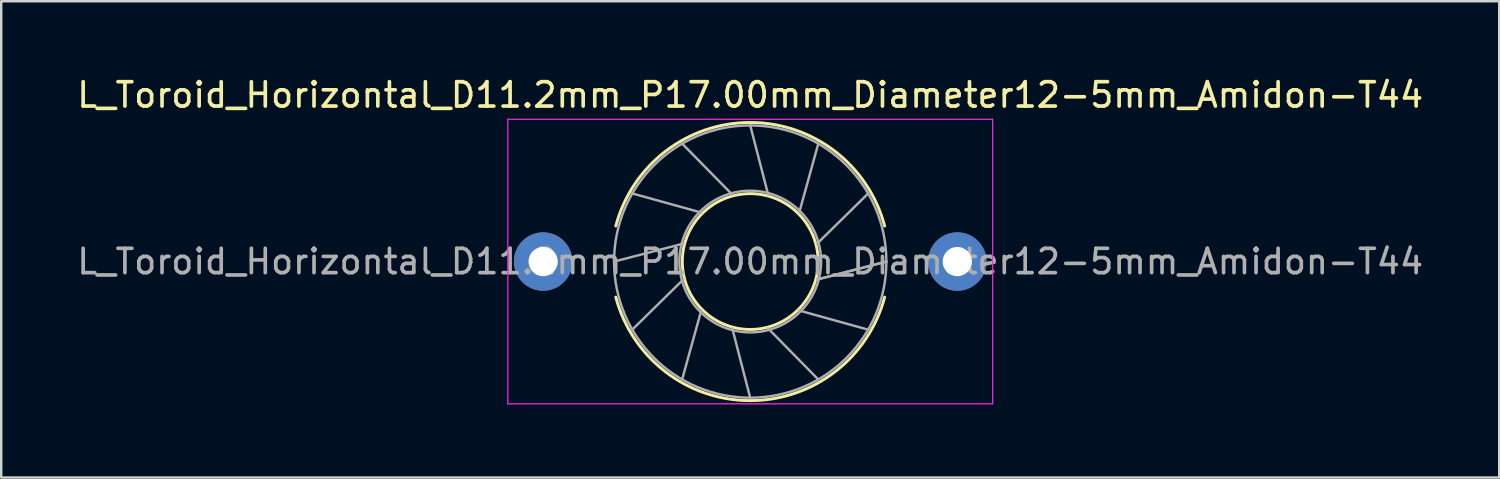
<source format=kicad_pcb>
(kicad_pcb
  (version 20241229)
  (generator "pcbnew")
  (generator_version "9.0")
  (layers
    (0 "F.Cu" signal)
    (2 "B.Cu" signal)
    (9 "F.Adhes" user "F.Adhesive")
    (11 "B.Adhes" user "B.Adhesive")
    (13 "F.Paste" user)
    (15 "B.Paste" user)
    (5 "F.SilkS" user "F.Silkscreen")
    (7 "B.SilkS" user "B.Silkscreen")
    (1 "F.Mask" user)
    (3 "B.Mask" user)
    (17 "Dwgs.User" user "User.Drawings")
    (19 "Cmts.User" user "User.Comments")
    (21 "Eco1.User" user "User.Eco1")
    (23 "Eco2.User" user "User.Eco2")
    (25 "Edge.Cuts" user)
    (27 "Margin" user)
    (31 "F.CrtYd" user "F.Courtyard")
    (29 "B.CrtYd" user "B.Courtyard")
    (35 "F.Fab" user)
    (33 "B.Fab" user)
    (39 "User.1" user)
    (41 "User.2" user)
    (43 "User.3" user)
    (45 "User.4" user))
  (footprint "L_Toroid_Horizontal_D11.2mm_P17.00mm_Diameter12-5mm_Amidon-T44"
    (layer "F.Cu")
    (at 19.244 7.686)
    (property "Reference" "L_Toroid_Horizontal_D11.2mm_P17.00mm_Diameter12-5mm_Amidon-T44" (at 8.5 -6.838 0) (layer "F.SilkS") (effects (font (size 1 1) (thickness 0.15))))
    (attr through_hole)
    (fp_arc (start 2.981879 -1.46) (mid 8.5 -5.708) (end 14.018121 -1.46) (stroke (width 0.12) (type solid)) (layer "F.SilkS"))
    (fp_arc (start 14.018121 1.46) (mid 8.5 5.708) (end 2.981879 1.46) (stroke (width 0.12) (type solid)) (layer "F.SilkS"))
    (fp_circle (center 8.5 0) (end 11.288 0) (stroke (width 0.12) (type solid)) (fill no) (layer "F.SilkS"))
    (fp_line (start -1.45 -5.84) (end -1.45 5.84) (stroke (width 0.05) (type solid)) (layer "F.CrtYd"))
    (fp_line (start -1.45 5.84) (end 18.45 5.84) (stroke (width 0.05) (type solid)) (layer "F.CrtYd"))
    (fp_line (start 18.45 -5.84) (end -1.45 -5.84) (stroke (width 0.05) (type solid)) (layer "F.CrtYd"))
    (fp_line (start 18.45 5.84) (end 18.45 -5.84) (stroke (width 0.05) (type solid)) (layer "F.CrtYd"))
    (fp_line (start 2.906 0.001) (end 5.753 -0.736) (stroke (width 0.1) (type solid)) (layer "F.Fab"))
    (fp_line (start 3.655 -2.796) (end 6.489 -2.011) (stroke (width 0.1) (type solid)) (layer "F.Fab"))
    (fp_line (start 3.656 2.797) (end 5.753 0.736) (stroke (width 0.1) (type solid)) (layer "F.Fab"))
    (fp_line (start 5.702 -4.844) (end 7.764 -2.747) (stroke (width 0.1) (type solid)) (layer "F.Fab"))
    (fp_line (start 5.703 4.845) (end 6.489 2.011) (stroke (width 0.1) (type solid)) (layer "F.Fab"))
    (fp_line (start 8.499 -5.594) (end 9.236 -2.747) (stroke (width 0.1) (type solid)) (layer "F.Fab"))
    (fp_line (start 8.5 5.594) (end 7.764 2.747) (stroke (width 0.1) (type solid)) (layer "F.Fab"))
    (fp_line (start 11.296 -4.845) (end 10.511 -2.011) (stroke (width 0.1) (type solid)) (layer "F.Fab"))
    (fp_line (start 11.297 4.844) (end 9.236 2.747) (stroke (width 0.1) (type solid)) (layer "F.Fab"))
    (fp_line (start 13.344 -2.798) (end 11.247 -0.737) (stroke (width 0.1) (type solid)) (layer "F.Fab"))
    (fp_line (start 13.344 2.797) (end 10.511 2.011) (stroke (width 0.1) (type solid)) (layer "F.Fab"))
    (fp_line (start 14.094 -0.001) (end 11.247 0.736) (stroke (width 0.1) (type solid)) (layer "F.Fab"))
    (fp_line (start 14.094 0) (end 11.247 0.736) (stroke (width 0.1) (type solid)) (layer "F.Fab"))
    (fp_circle (center 8.5 0) (end 11.408 0) (stroke (width 0.1) (type solid)) (fill no) (layer "F.Fab"))
    (fp_circle (center 8.5 0) (end 14.088 0) (stroke (width 0.1) (type solid)) (fill no) (layer "F.Fab"))
    (fp_text user "${REFERENCE}" (at 8.5 0 0) (layer "F.Fab") (effects (font (size 1 1) (thickness 0.15))))
    (pad "1" thru_hole circle (at 0 0) (size 2.4 2.4) (drill 1.2) (layers "*.Cu" "*.Mask"))
    (pad "2" thru_hole circle (at 17 0) (size 2.4 2.4) (drill 1.2) (layers "*.Cu" "*.Mask")))
  (gr_rect
    (start -3 -3)
    (end 58.488 16.551)
    (stroke (width 0.1) (type default))
    (fill no)
    (layer "Edge.Cuts")))
</source>
